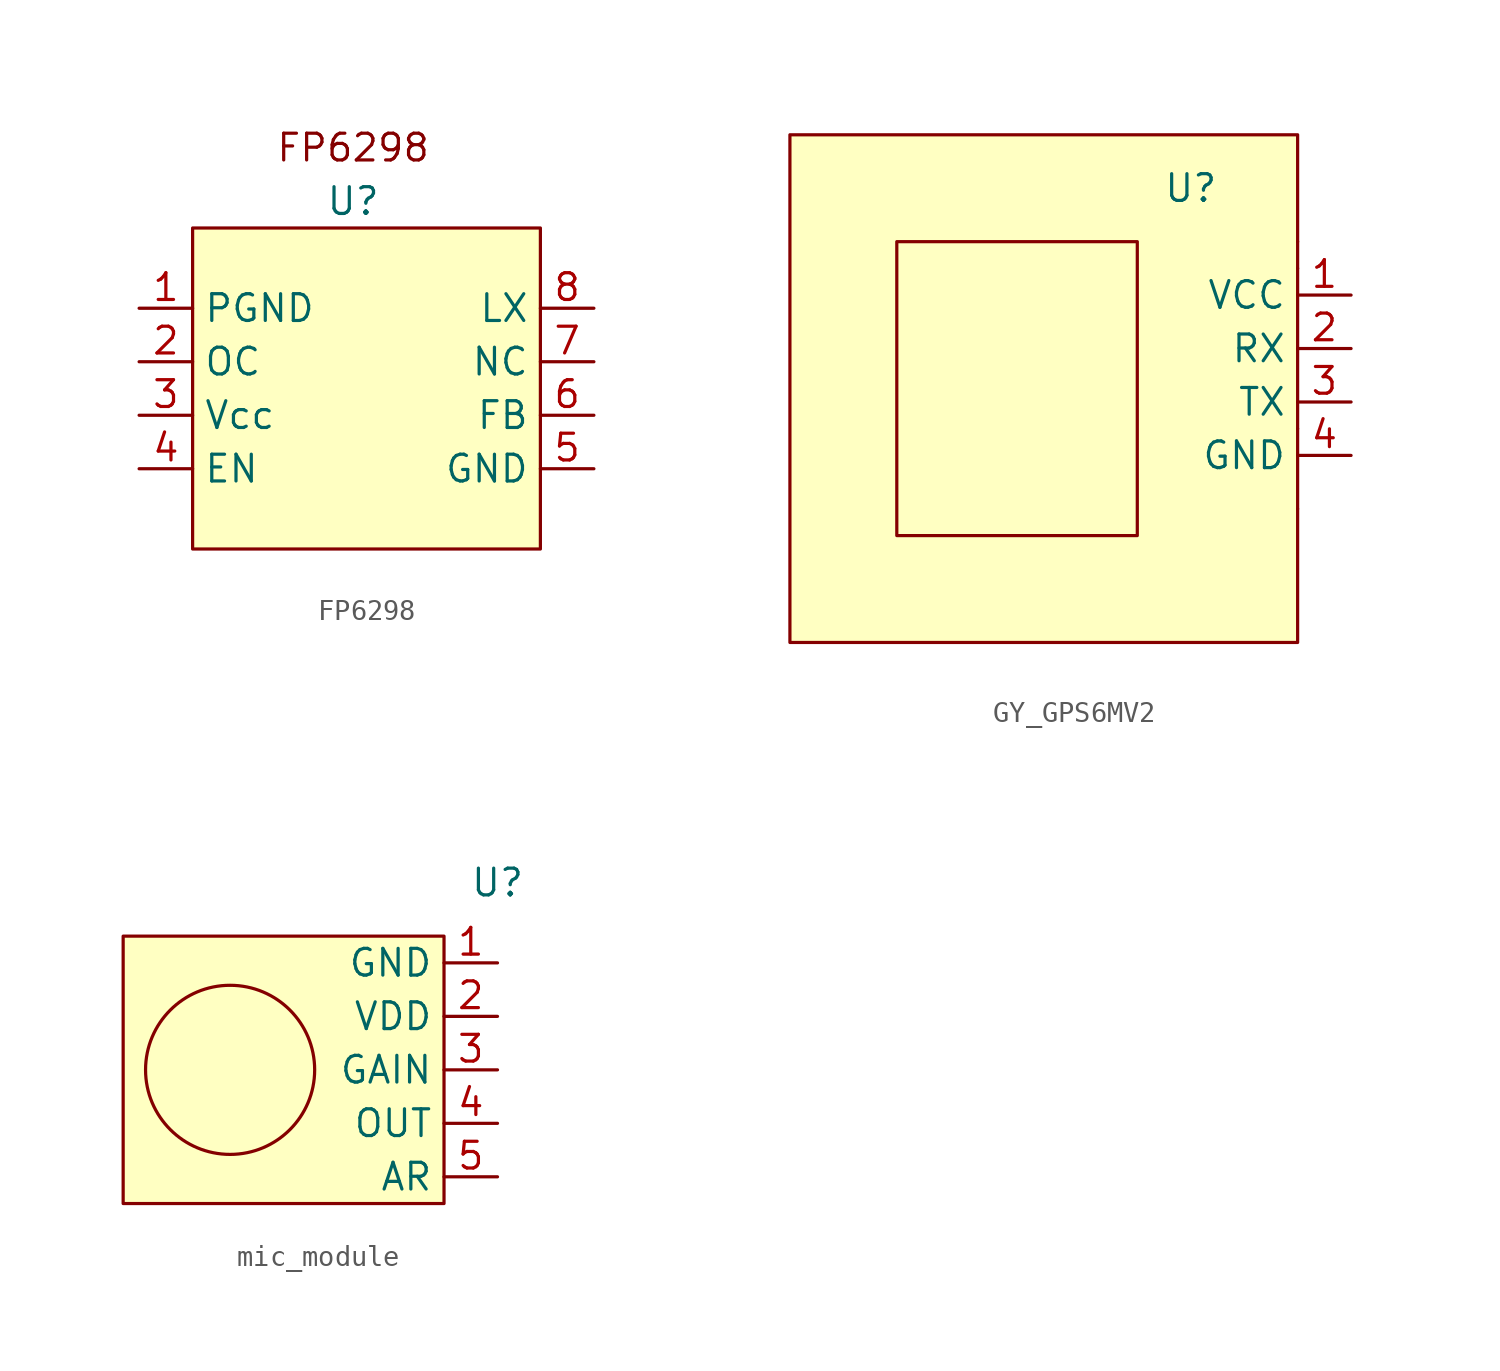
<source format=kicad_sym>
(kicad_symbol_lib
  (version 20220914)
  (generator kicad_symbol_editor)
  (symbol "FP6298"
    (property "Reference" "U"
      (at 1.27 0 0)
      (effects (font (size 1.27 1.27))))
    (property "Value" ""
      (at 1.27 0 0)
      (effects (font (size 1.27 1.27))))
    (symbol "FP6298_1_1"
      (rectangle (start -6.35 -1.27) (end 10.16 -16.51) (stroke (width 0) (type default)) (fill (type background)))
      (text "FP6298" (at 1.27 2.54 0) (effects (font (size 1.27 1.27))))
      (pin input line (at -8.89 -5.08 0) (length 2.54) (name "PGND" (effects (font (size 1.27 1.27)))) (number "1" (effects (font (size 1.27 1.27)))))
      (pin input line (at -8.89 -7.62 0) (length 2.54) (name "OC" (effects (font (size 1.27 1.27)))) (number "2" (effects (font (size 1.27 1.27)))))
      (pin input line (at -8.89 -10.16 0) (length 2.54) (name "Vcc" (effects (font (size 1.27 1.27)))) (number "3" (effects (font (size 1.27 1.27)))))
      (pin input line (at -8.89 -12.7 0) (length 2.54) (name "EN" (effects (font (size 1.27 1.27)))) (number "4" (effects (font (size 1.27 1.27)))))
      (pin input line (at 12.7 -12.7 180) (length 2.54) (name "GND" (effects (font (size 1.27 1.27)))) (number "5" (effects (font (size 1.27 1.27)))))
      (pin input line (at 12.7 -10.16 180) (length 2.54) (name "FB" (effects (font (size 1.27 1.27)))) (number "6" (effects (font (size 1.27 1.27)))))
      (pin input line (at 12.7 -7.62 180) (length 2.54) (name "NC" (effects (font (size 1.27 1.27)))) (number "7" (effects (font (size 1.27 1.27)))))
      (pin input line (at 12.7 -5.08 180) (length 2.54) (name "LX" (effects (font (size 1.27 1.27)))) (number "8" (effects (font (size 1.27 1.27)))))))
  (symbol "GY_GPS6MV2"
    (property "Reference" "U"
      (at -2.54 6.35 0)
      (effects (font (size 1.27 1.27))))
    (property "Value" ""
      (at 2.54 0 0)
      (effects (font (size 1.27 1.27))))
    (symbol "GY_GPS6MV2_0_1"
      (polyline (pts (xy 2.54 -8.89) (xy 2.54 -5.08)) (stroke (width 0) (type default)) (fill (type none)))
      (polyline (pts (xy 2.54 2.54) (xy 2.54 -5.08)) (stroke (width 0) (type default)) (fill (type none)))
      (polyline (pts (xy 2.54 3.81) (xy 2.54 2.54)) (stroke (width 0) (type default)) (fill (type none))))
    (symbol "GY_GPS6MV2_1_1"
      (rectangle (start -16.51 3.81) (end -5.08 -10.16) (stroke (width 0) (type default)) (fill (type none)))
      (polyline (pts (xy 2.54 3.81) (xy 2.54 8.89) (xy -21.59 8.89) (xy -21.59 -15.24) (xy 2.54 -15.24) (xy 2.54 -8.89)) (stroke (width 0) (type default)) (fill (type background)))
      (pin input line (at 5.08 1.27 180) (length 2.54) (name "VCC" (effects (font (size 1.27 1.27)))) (number "1" (effects (font (size 1.27 1.27)))))
      (pin input line (at 5.08 -1.27 180) (length 2.54) (name "RX" (effects (font (size 1.27 1.27)))) (number "2" (effects (font (size 1.27 1.27)))))
      (pin input line (at 5.08 -3.81 180) (length 2.54) (name "TX" (effects (font (size 1.27 1.27)))) (number "3" (effects (font (size 1.27 1.27)))))
      (pin input line (at 5.08 -6.35 180) (length 2.54) (name "GND" (effects (font (size 1.27 1.27)))) (number "4" (effects (font (size 1.27 1.27)))))))
  (symbol "mic_module"
    (property "Reference" "U"
      (at 0 2.54 0)
      (effects (font (size 1.27 1.27))))
    (property "Value" ""
      (at 0 2.54 0)
      (effects (font (size 1.27 1.27))))
    (symbol "mic_module_1_1"
      (circle (center -12.7 -6.35) (radius 4.016) (stroke (width 0) (type default)) (fill (type none)))
      (polyline (pts (xy -2.54 0) (xy -2.54 -12.7) (xy -17.78 -12.7) (xy -17.78 0) (xy -2.54 0)) (stroke (width 0) (type default)) (fill (type background)))
      (pin input line (at 0 -1.27 180) (length 2.54) (name "GND" (effects (font (size 1.27 1.27)))) (number "1" (effects (font (size 1.27 1.27)))))
      (pin input line (at 0 -3.81 180) (length 2.54) (name "VDD" (effects (font (size 1.27 1.27)))) (number "2" (effects (font (size 1.27 1.27)))))
      (pin input line (at 0 -6.35 180) (length 2.54) (name "GAIN" (effects (font (size 1.27 1.27)))) (number "3" (effects (font (size 1.27 1.27)))))
      (pin input line (at 0 -8.89 180) (length 2.54) (name "OUT" (effects (font (size 1.27 1.27)))) (number "4" (effects (font (size 1.27 1.27)))))
      (pin input line (at 0 -11.43 180) (length 2.54) (name "AR" (effects (font (size 1.27 1.27)))) (number "5" (effects (font (size 1.27 1.27))))))))
</source>
